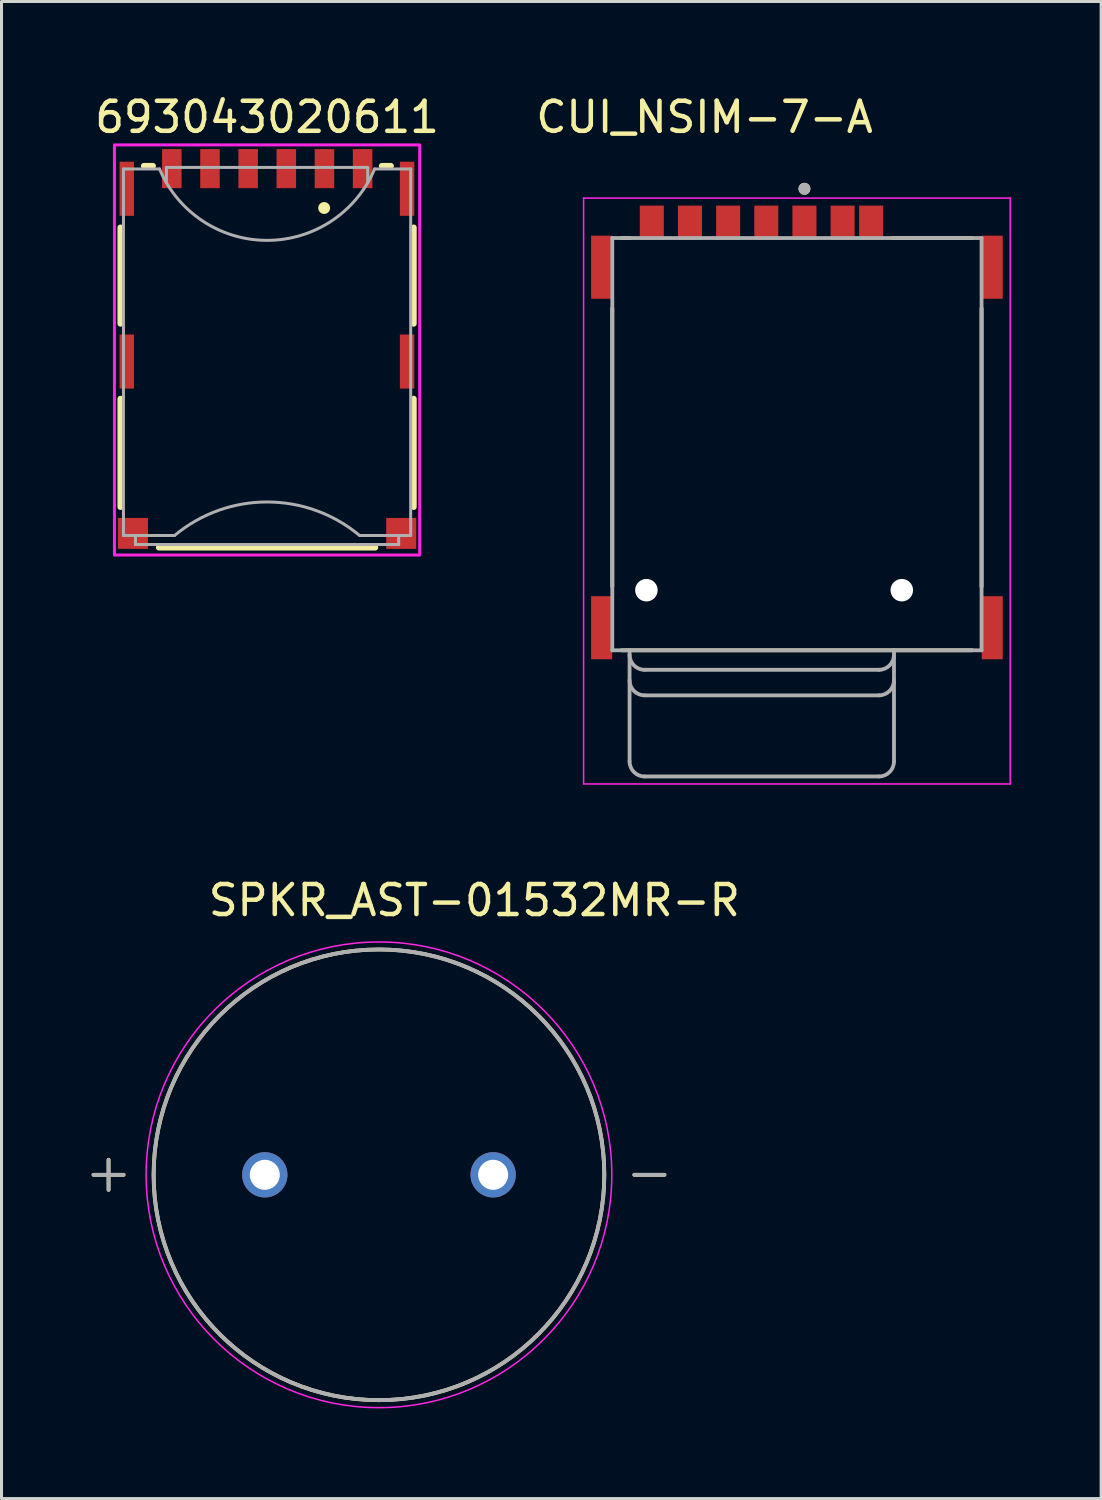
<source format=kicad_pcb>
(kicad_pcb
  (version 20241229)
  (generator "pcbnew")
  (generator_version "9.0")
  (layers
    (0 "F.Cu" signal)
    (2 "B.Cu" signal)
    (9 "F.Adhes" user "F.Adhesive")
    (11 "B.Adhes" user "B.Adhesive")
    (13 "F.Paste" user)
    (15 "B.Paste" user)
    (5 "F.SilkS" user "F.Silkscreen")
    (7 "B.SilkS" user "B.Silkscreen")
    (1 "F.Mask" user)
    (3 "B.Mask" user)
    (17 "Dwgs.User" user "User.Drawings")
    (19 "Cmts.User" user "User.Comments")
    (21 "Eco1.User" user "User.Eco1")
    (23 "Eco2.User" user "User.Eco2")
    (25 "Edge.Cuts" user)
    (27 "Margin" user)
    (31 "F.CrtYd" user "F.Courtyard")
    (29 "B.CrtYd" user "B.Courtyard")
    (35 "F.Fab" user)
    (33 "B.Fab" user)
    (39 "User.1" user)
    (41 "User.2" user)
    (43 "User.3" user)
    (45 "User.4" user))
  (footprint "693043020611"
    (layer "F.Cu")
    (at 5.839 8.983)
    (property "Reference" "693043020611" (at 0 -8.135 0) (layer "F.SilkS") (effects (font (size 1 1) (thickness 0.15))))
    (attr smd)
    (fp_line (start -4.88 -4.46) (end -4.88 -1.26) (stroke (width 0.2) (type solid)) (layer "F.SilkS"))
    (fp_line (start -4.88 1.24) (end -4.88 4.84) (stroke (width 0.2) (type solid)) (layer "F.SilkS"))
    (fp_line (start -4.1 -6.51) (end -3.8 -6.51) (stroke (width 0.2) (type solid)) (layer "F.SilkS"))
    (fp_line (start -3.6 6.19) (end 3.6 6.19) (stroke (width 0.2) (type solid)) (layer "F.SilkS"))
    (fp_line (start 3.82 -6.51) (end 4.12 -6.51) (stroke (width 0.2) (type solid)) (layer "F.SilkS"))
    (fp_line (start 4.88 -1.26) (end 4.88 -4.46) (stroke (width 0.2) (type solid)) (layer "F.SilkS"))
    (fp_line (start 4.88 4.84) (end 4.88 1.24) (stroke (width 0.2) (type solid)) (layer "F.SilkS"))
    (fp_circle (center 1.9 -5.11) (end 2 -5.11) (stroke (width 0.2) (type solid)) (fill no) (layer "F.SilkS"))
    (fp_poly (pts (xy -5.08 -7.21) (xy 5.08 -7.21) (xy 5.08 6.44) (xy -5.08 6.44)) (stroke (width 0.1) (type solid)) (fill no) (layer "F.CrtYd"))
    (fp_line (start -4.78 -6.41) (end -3.58 -6.41) (stroke (width 0.1) (type solid)) (layer "F.Fab"))
    (fp_line (start -4.78 5.79) (end -4.78 -6.41) (stroke (width 0.1) (type solid)) (layer "F.Fab"))
    (fp_line (start -4.78 5.79) (end -4.38 5.79) (stroke (width 0.1) (type solid)) (layer "F.Fab"))
    (fp_line (start -4.38 5.79) (end -4.38 6.09) (stroke (width 0.1) (type solid)) (layer "F.Fab"))
    (fp_line (start -4.38 5.79) (end -3.08 5.79) (stroke (width 0.1) (type solid)) (layer "F.Fab"))
    (fp_line (start -3.35 -6.46) (end 3.35 -6.46) (stroke (width 0.1) (type solid)) (layer "F.Fab"))
    (fp_line (start -3.35 -5.96) (end -3.35 -6.46) (stroke (width 0.1) (type solid)) (layer "F.Fab"))
    (fp_line (start 3.35 -6.46) (end 3.35 -5.95) (stroke (width 0.1) (type solid)) (layer "F.Fab"))
    (fp_line (start 4.38 5.8) (end 4.38 6.09) (stroke (width 0.1) (type solid)) (layer "F.Fab"))
    (fp_line (start 4.38 6.09) (end -4.38 6.09) (stroke (width 0.1) (type solid)) (layer "F.Fab"))
    (fp_line (start 4.78 -6.41) (end 3.58 -6.41) (stroke (width 0.1) (type solid)) (layer "F.Fab"))
    (fp_line (start 4.78 -6.41) (end 4.78 5.79) (stroke (width 0.1) (type solid)) (layer "F.Fab"))
    (fp_line (start 4.78 5.79) (end 3.08 5.79) (stroke (width 0.1) (type solid)) (layer "F.Fab"))
    (fp_arc (start -3.08 5.79) (mid 0 4.67397) (end 3.08 5.79) (stroke (width 0.1) (type solid)) (layer "F.Fab"))
    (fp_arc (start 3.58 -6.41) (mid 0 -4.032806) (end -3.58 -6.409999) (stroke (width 0.1) (type solid)) (layer "F.Fab"))
    (pad "C1" smd rect (at 1.91 -6.42) (size 0.65 1.3) (layers "F.Cu" "F.Mask" "F.Paste"))
    (pad "C2" smd rect (at -0.63 -6.42) (size 0.65 1.3) (layers "F.Cu" "F.Mask" "F.Paste"))
    (pad "C3" smd rect (at -1.9 -6.42) (size 0.65 1.3) (layers "F.Cu" "F.Mask" "F.Paste"))
    (pad "C5" smd rect (at 3.18 -6.42) (size 0.65 1.3) (layers "F.Cu" "F.Mask" "F.Paste"))
    (pad "C6" smd rect (at 0.64 -6.42) (size 0.65 1.3) (layers "F.Cu" "F.Mask" "F.Paste"))
    (pad "C7" smd rect (at -3.17 -6.42) (size 0.65 1.3) (layers "F.Cu" "F.Mask" "F.Paste"))
    (pad "S1" smd rect (at 4.465 5.72) (size 1 1.03) (layers "F.Cu" "F.Mask" "F.Paste"))
    (pad "S2" smd rect (at 4.66 0) (size 0.48 1.8) (layers "F.Cu" "F.Mask" "F.Paste"))
    (pad "S3" smd rect (at 4.66 -5.75) (size 0.48 1.8) (layers "F.Cu" "F.Mask" "F.Paste"))
    (pad "S4" smd rect (at -4.67 -5.75) (size 0.48 1.8) (layers "F.Cu" "F.Mask" "F.Paste"))
    (pad "S5" smd rect (at -4.67 0) (size 0.48 1.8) (layers "F.Cu" "F.Mask" "F.Paste"))
    (pad "S6" smd rect (at -4.465 5.72) (size 1 1.03) (layers "F.Cu" "F.Mask" "F.Paste")))
  (footprint "CUI_NSIM-7-A"
    (layer "F.Cu")
    (at 23.474 11.733)
    (property "Reference" "CUI_NSIM-7-A" (at -3.075 -10.885 0) (layer "F.SilkS") (effects (font (size 1 1) (thickness 0.15))))
    (attr smd)
    (fp_line (start -6.145 4.74) (end -6.145 -4.52) (stroke (width 0.127) (type solid)) (layer "F.SilkS"))
    (fp_line (start -5.83 -6.86) (end -5.55 -6.86) (stroke (width 0.127) (type solid)) (layer "F.SilkS"))
    (fp_line (start 3.19 -6.86) (end 5.83 -6.86) (stroke (width 0.127) (type solid)) (layer "F.SilkS"))
    (fp_line (start 5.83 6.86) (end -5.83 6.86) (stroke (width 0.127) (type solid)) (layer "F.SilkS"))
    (fp_line (start 6.145 -4.52) (end 6.145 4.74) (stroke (width 0.127) (type solid)) (layer "F.SilkS"))
    (fp_circle (center 0.25 -8.5) (end 0.35 -8.5) (stroke (width 0.2) (type solid)) (fill no) (layer "F.SilkS"))
    (fp_line (start -7.1 -8.19) (end 7.1 -8.19) (stroke (width 0.05) (type solid)) (layer "F.CrtYd"))
    (fp_line (start -7.1 11.31) (end -7.1 -8.19) (stroke (width 0.05) (type solid)) (layer "F.CrtYd"))
    (fp_line (start 7.1 -8.19) (end 7.1 11.31) (stroke (width 0.05) (type solid)) (layer "F.CrtYd"))
    (fp_line (start 7.1 11.31) (end -7.1 11.31) (stroke (width 0.05) (type solid)) (layer "F.CrtYd"))
    (fp_line (start -6.145 -6.86) (end 6.145 -6.86) (stroke (width 0.127) (type solid)) (layer "F.Fab"))
    (fp_line (start -6.145 6.86) (end -6.145 -6.86) (stroke (width 0.127) (type solid)) (layer "F.Fab"))
    (fp_line (start -5.57 6.86) (end -6.145 6.86) (stroke (width 0.127) (type solid)) (layer "F.Fab"))
    (fp_line (start -5.57 6.86) (end -5.57 10.56) (stroke (width 0.127) (type solid)) (layer "F.Fab"))
    (fp_line (start -5.07 7.51) (end 2.73 7.51) (stroke (width 0.127) (type solid)) (layer "F.Fab"))
    (fp_line (start -5.07 8.36) (end 2.73 8.36) (stroke (width 0.127) (type solid)) (layer "F.Fab"))
    (fp_line (start -5.07 11.06) (end 2.73 11.06) (stroke (width 0.127) (type solid)) (layer "F.Fab"))
    (fp_line (start 3.23 6.86) (end -5.57 6.86) (stroke (width 0.127) (type solid)) (layer "F.Fab"))
    (fp_line (start 3.23 10.56) (end 3.23 6.86) (stroke (width 0.127) (type solid)) (layer "F.Fab"))
    (fp_line (start 6.145 -6.86) (end 6.145 6.86) (stroke (width 0.127) (type solid)) (layer "F.Fab"))
    (fp_line (start 6.145 6.86) (end 3.23 6.86) (stroke (width 0.127) (type solid)) (layer "F.Fab"))
    (fp_arc (start -5.07 7.51) (mid -5.423553 7.363553) (end -5.57 7.01) (stroke (width 0.127) (type solid)) (layer "F.Fab"))
    (fp_arc (start -5.07 8.36) (mid -5.423553 8.213553) (end -5.57 7.86) (stroke (width 0.127) (type solid)) (layer "F.Fab"))
    (fp_arc (start -5.07 11.06) (mid -5.423553 10.913553) (end -5.57 10.56) (stroke (width 0.127) (type solid)) (layer "F.Fab"))
    (fp_arc (start 3.23 7.01) (mid 3.083553 7.363553) (end 2.73 7.51) (stroke (width 0.127) (type solid)) (layer "F.Fab"))
    (fp_arc (start 3.23 7.86) (mid 3.083553 8.213553) (end 2.73 8.36) (stroke (width 0.127) (type solid)) (layer "F.Fab"))
    (fp_arc (start 3.23 10.56) (mid 3.083553 10.913553) (end 2.73 11.06) (stroke (width 0.127) (type solid)) (layer "F.Fab"))
    (fp_circle (center 0.25 -8.5) (end 0.35 -8.5) (stroke (width 0.2) (type solid)) (fill no) (layer "F.Fab"))
    (pad "" np_thru_hole circle (at -5.01 4.86) (size 0.75 0.75) (drill 0.75) (layers "*.Cu" "*.Mask"))
    (pad "" np_thru_hole circle (at 3.49 4.86) (size 0.75 0.75) (drill 0.75) (layers "*.Cu" "*.Mask"))
    (pad "C1" smd rect (at 0.25 -7.37) (size 0.8 1.14) (layers "F.Cu" "F.Mask" "F.Paste"))
    (pad "C2" smd rect (at -2.29 -7.37) (size 0.8 1.14) (layers "F.Cu" "F.Mask" "F.Paste"))
    (pad "C3" smd rect (at -4.83 -7.37) (size 0.8 1.14) (layers "F.Cu" "F.Mask" "F.Paste"))
    (pad "C5" smd rect (at 1.52 -7.37) (size 0.8 1.14) (layers "F.Cu" "F.Mask" "F.Paste"))
    (pad "C6" smd rect (at -1.02 -7.37) (size 0.8 1.14) (layers "F.Cu" "F.Mask" "F.Paste"))
    (pad "C7" smd rect (at -3.56 -7.37) (size 0.8 1.14) (layers "F.Cu" "F.Mask" "F.Paste"))
    (pad "CD" smd rect (at 2.47 -7.37) (size 0.8 1.14) (layers "F.Cu" "F.Mask" "F.Paste"))
    (pad "G1" smd rect (at -6.5 -5.89) (size 0.7 2.1) (layers "F.Cu" "F.Mask" "F.Paste"))
    (pad "G2" smd rect (at 6.5 -5.89) (size 0.7 2.1) (layers "F.Cu" "F.Mask" "F.Paste"))
    (pad "G3" smd rect (at -6.5 6.11) (size 0.7 2.1) (layers "F.Cu" "F.Mask" "F.Paste"))
    (pad "G4" smd rect (at 6.5 6.11) (size 0.7 2.1) (layers "F.Cu" "F.Mask" "F.Paste"))
    (zone (net_name "") (layer "F.Cu") (hatch full 0.508) (connect_pads) (min_thickness 0.01) (filled_areas_thickness no) (keepout (tracks not_allowed) (vias not_allowed) (pads not_allowed) (copperpour not_allowed) (footprints allowed)) (placement (enabled no)) (fill) (polygon (pts (xy 18.839 14.903) (xy 20.689 14.903) (xy 20.689 18.403) (xy 18.839 18.403))))
    (zone (net_name "") (layer "F.Cu") (hatch full 0.508) (connect_pads) (min_thickness 0.01) (filled_areas_thickness no) (keepout (tracks not_allowed) (vias not_allowed) (pads not_allowed) (copperpour not_allowed) (footprints allowed)) (placement (enabled no)) (fill) (polygon (pts (xy 19.114 9.548) (xy 20.414 9.548) (xy 20.414 12.298) (xy 19.114 12.298))))
    (zone (net_name "") (layer "F.Cu") (hatch full 0.508) (connect_pads) (min_thickness 0.01) (filled_areas_thickness no) (keepout (tracks not_allowed) (vias not_allowed) (pads not_allowed) (copperpour not_allowed) (footprints allowed)) (placement (enabled no)) (fill) (polygon (pts (xy 21.339 14.903) (xy 23.189 14.903) (xy 23.189 18.403) (xy 21.339 18.403))))
    (zone (net_name "") (layer "F.Cu") (hatch full 0.508) (connect_pads) (min_thickness 0.01) (filled_areas_thickness no) (keepout (tracks not_allowed) (vias not_allowed) (pads not_allowed) (copperpour not_allowed) (footprints allowed)) (placement (enabled no)) (fill) (polygon (pts (xy 21.654 9.548) (xy 22.954 9.548) (xy 22.954 12.298) (xy 21.654 12.298))))
    (zone (net_name "") (layer "F.Cu") (hatch full 0.508) (connect_pads) (min_thickness 0.01) (filled_areas_thickness no) (keepout (tracks not_allowed) (vias not_allowed) (pads not_allowed) (copperpour not_allowed) (footprints allowed)) (placement (enabled no)) (fill) (polygon (pts (xy 23.839 14.903) (xy 25.689 14.903) (xy 25.689 18.403) (xy 23.839 18.403))))
    (zone (net_name "") (layer "F.Cu") (hatch full 0.508) (connect_pads) (min_thickness 0.01) (filled_areas_thickness no) (keepout (tracks not_allowed) (vias not_allowed) (pads not_allowed) (copperpour not_allowed) (footprints allowed)) (placement (enabled no)) (fill) (polygon (pts (xy 24.194 9.548) (xy 25.494 9.548) (xy 25.494 12.298) (xy 24.194 12.298))))
    (zone (net_name "") (layers "F.Cu" "B.Cu") (hatch full 0.508) (connect_pads) (min_thickness 0.01) (filled_areas_thickness no) (keepout (tracks allowed) (vias not_allowed) (pads allowed) (copperpour allowed) (footprints allowed)) (placement (enabled no)) (fill) (polygon (pts (xy 18.839 14.903) (xy 20.689 14.903) (xy 20.689 18.403) (xy 18.839 18.403))))
    (zone (net_name "") (layers "F.Cu" "B.Cu") (hatch full 0.508) (connect_pads) (min_thickness 0.01) (filled_areas_thickness no) (keepout (tracks allowed) (vias not_allowed) (pads allowed) (copperpour allowed) (footprints allowed)) (placement (enabled no)) (fill) (polygon (pts (xy 19.114 9.548) (xy 20.414 9.548) (xy 20.414 12.298) (xy 19.114 12.298))))
    (zone (net_name "") (layers "F.Cu" "B.Cu") (hatch full 0.508) (connect_pads) (min_thickness 0.01) (filled_areas_thickness no) (keepout (tracks allowed) (vias not_allowed) (pads allowed) (copperpour allowed) (footprints allowed)) (placement (enabled no)) (fill) (polygon (pts (xy 21.339 14.903) (xy 23.189 14.903) (xy 23.189 18.403) (xy 21.339 18.403))))
    (zone (net_name "") (layers "F.Cu" "B.Cu") (hatch full 0.508) (connect_pads) (min_thickness 0.01) (filled_areas_thickness no) (keepout (tracks allowed) (vias not_allowed) (pads allowed) (copperpour allowed) (footprints allowed)) (placement (enabled no)) (fill) (polygon (pts (xy 21.654 9.548) (xy 22.954 9.548) (xy 22.954 12.298) (xy 21.654 12.298))))
    (zone (net_name "") (layers "F.Cu" "B.Cu") (hatch full 0.508) (connect_pads) (min_thickness 0.01) (filled_areas_thickness no) (keepout (tracks allowed) (vias not_allowed) (pads allowed) (copperpour allowed) (footprints allowed)) (placement (enabled no)) (fill) (polygon (pts (xy 23.839 14.903) (xy 25.689 14.903) (xy 25.689 18.403) (xy 23.839 18.403))))
    (zone (net_name "") (layers "F.Cu" "B.Cu") (hatch full 0.508) (connect_pads) (min_thickness 0.01) (filled_areas_thickness no) (keepout (tracks allowed) (vias not_allowed) (pads allowed) (copperpour allowed) (footprints allowed)) (placement (enabled no)) (fill) (polygon (pts (xy 24.194 9.548) (xy 25.494 9.548) (xy 25.494 12.298) (xy 24.194 12.298)))))
  (footprint "SPKR_AST-01532MR-R"
    (layer "F.Cu")
    (at 9.563 36.051)
    (property "Reference" "SPKR_AST-01532MR-R" (at 3.175 -9.135 0) (layer "F.SilkS") (effects (font (size 1 1) (thickness 0.15))))
    (attr through_hole)
    (fp_line (start -9 -0.5) (end -9 0.5) (stroke (width 0.127) (type solid)) (layer "F.SilkS"))
    (fp_line (start -8.5 0) (end -9.5 0) (stroke (width 0.127) (type solid)) (layer "F.SilkS"))
    (fp_line (start 8.5 0) (end 9.5 0) (stroke (width 0.127) (type solid)) (layer "F.SilkS"))
    (fp_circle (center 0 0) (end 7.5 0) (stroke (width 0.127) (type solid)) (fill no) (layer "F.SilkS"))
    (fp_circle (center 0 0) (end 7.75 0) (stroke (width 0.05) (type solid)) (fill no) (layer "F.CrtYd"))
    (fp_line (start -9.5 0) (end -8.5 0) (stroke (width 0.127) (type solid)) (layer "F.Fab"))
    (fp_line (start -9 -0.5) (end -9 0.5) (stroke (width 0.127) (type solid)) (layer "F.Fab"))
    (fp_line (start 8.5 0) (end 9.5 0) (stroke (width 0.127) (type solid)) (layer "F.Fab"))
    (fp_circle (center 0 0) (end 7.5 0) (stroke (width 0.127) (type solid)) (fill no) (layer "F.Fab"))
    (pad "N" thru_hole circle (at 3.8 0) (size 1.508 1.508) (drill 1) (layers "*.Cu" "*.Mask"))
    (pad "P" thru_hole circle (at -3.8 0) (size 1.508 1.508) (drill 1) (layers "*.Cu" "*.Mask")))
  (gr_rect
    (start -3 -3)
    (end 33.599 46.827)
    (stroke (width 0.1) (type default))
    (fill no)
    (layer "Edge.Cuts")))
</source>
